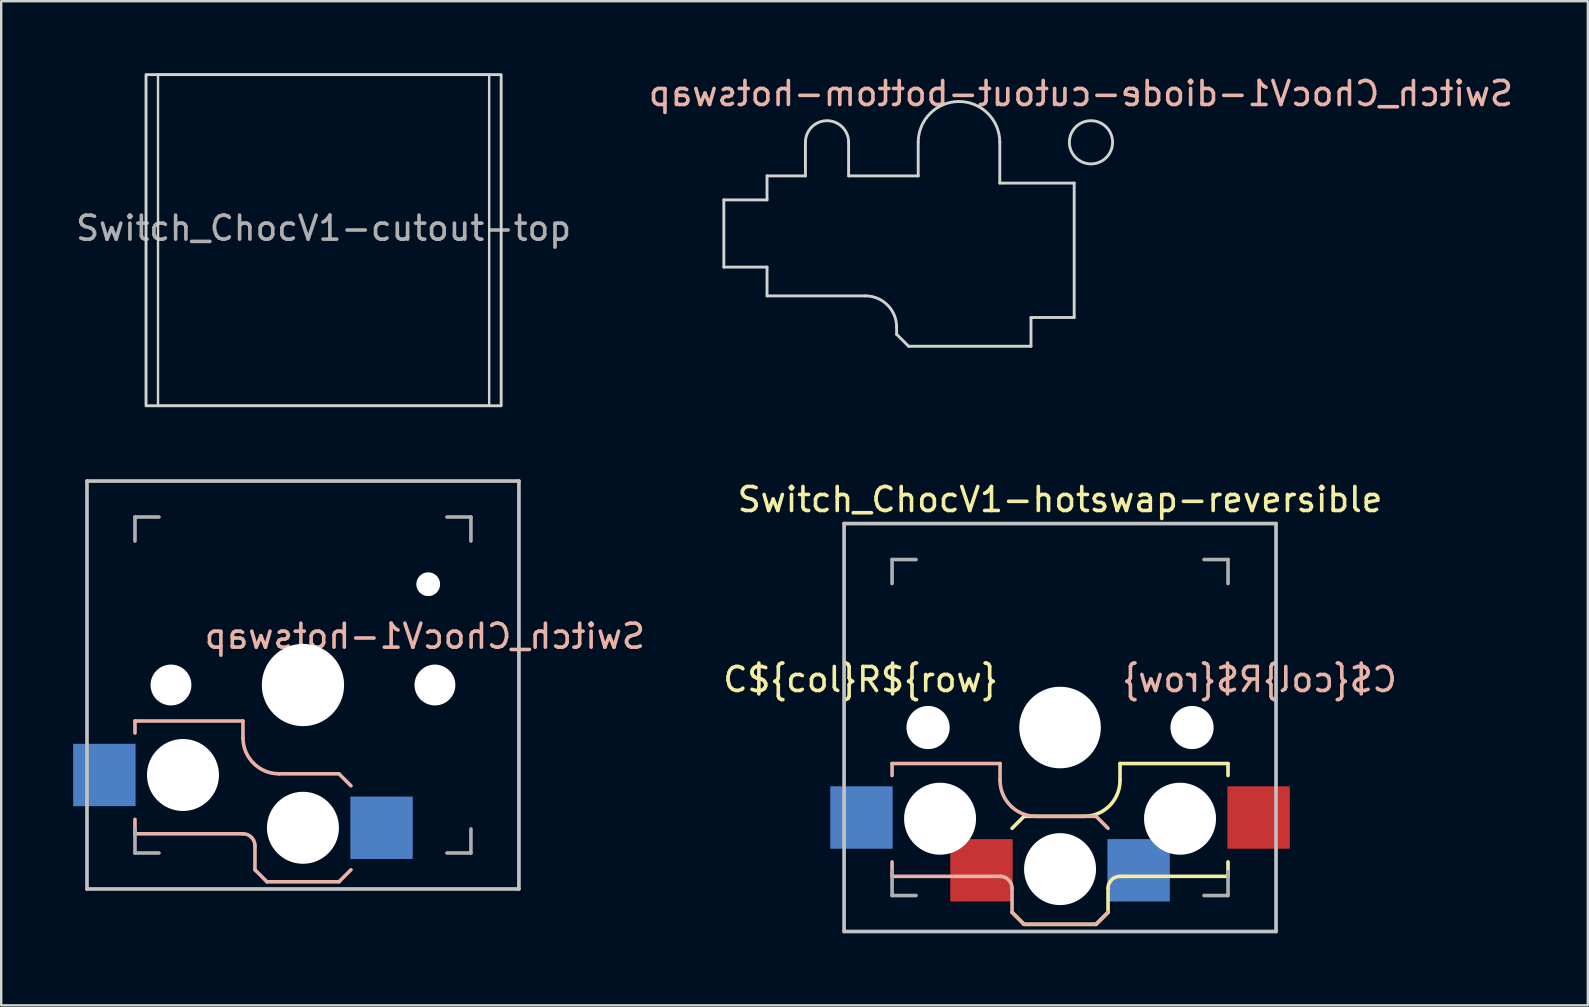
<source format=kicad_pcb>
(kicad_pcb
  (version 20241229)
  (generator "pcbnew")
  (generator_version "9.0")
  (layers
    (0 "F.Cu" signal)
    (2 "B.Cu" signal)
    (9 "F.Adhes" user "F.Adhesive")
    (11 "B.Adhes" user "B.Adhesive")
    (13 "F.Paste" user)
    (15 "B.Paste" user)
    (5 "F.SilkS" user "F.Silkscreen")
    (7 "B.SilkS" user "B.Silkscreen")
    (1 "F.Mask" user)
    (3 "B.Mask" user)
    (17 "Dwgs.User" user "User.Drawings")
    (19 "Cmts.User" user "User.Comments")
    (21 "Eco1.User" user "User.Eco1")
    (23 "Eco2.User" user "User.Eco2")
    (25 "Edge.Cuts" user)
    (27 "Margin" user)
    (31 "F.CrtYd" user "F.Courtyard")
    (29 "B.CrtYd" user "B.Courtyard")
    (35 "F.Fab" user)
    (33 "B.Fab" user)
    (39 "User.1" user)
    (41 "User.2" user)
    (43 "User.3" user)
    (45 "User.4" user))
  (footprint "Switch_ChocV1-hotswap"
    (layer "F.Cu")
    (at 9.575 25.496)
    (property "Reference" "Switch_ChocV1-hotswap" (at 5.08 -2.032 0) (layer "B.SilkS") (effects (font (size 1 1) (thickness 0.15)) (justify mirror)))
    (attr smd)
    (fp_line (start -7 1.5) (end -7 2) (stroke (width 0.15) (type solid)) (layer "B.SilkS"))
    (fp_line (start -7 5.6) (end -7 6.2) (stroke (width 0.15) (type solid)) (layer "B.SilkS"))
    (fp_line (start -7 6.2) (end -2.5 6.2) (stroke (width 0.15) (type solid)) (layer "B.SilkS"))
    (fp_line (start -2.5 1.5) (end -7 1.5) (stroke (width 0.15) (type solid)) (layer "B.SilkS"))
    (fp_line (start -2.5 2.2) (end -2.5 1.5) (stroke (width 0.15) (type solid)) (layer "B.SilkS"))
    (fp_line (start -2 6.7) (end -2 7.7) (stroke (width 0.15) (type solid)) (layer "B.SilkS"))
    (fp_line (start -1.5 8.2) (end -2 7.7) (stroke (width 0.15) (type solid)) (layer "B.SilkS"))
    (fp_line (start 1.5 3.7) (end -1 3.7) (stroke (width 0.15) (type solid)) (layer "B.SilkS"))
    (fp_line (start 1.5 8.2) (end -1.5 8.2) (stroke (width 0.15) (type solid)) (layer "B.SilkS"))
    (fp_line (start 2 4.2) (end 1.5 3.7) (stroke (width 0.15) (type solid)) (layer "B.SilkS"))
    (fp_line (start 2 7.7) (end 1.5 8.2) (stroke (width 0.15) (type solid)) (layer "B.SilkS"))
    (fp_arc (start -2.5 6.2) (mid -2.146447 6.346447) (end -2 6.7) (stroke (width 0.15) (type solid)) (layer "B.SilkS"))
    (fp_arc (start -1 3.7) (mid -2.06066 3.26066) (end -2.5 2.2) (stroke (width 0.15) (type solid)) (layer "B.SilkS"))
    (fp_line (start -9 -8.5) (end 9 -8.5) (stroke (width 0.152) (type solid)) (layer "Dwgs.User"))
    (fp_line (start -9 8.5) (end -9 -8.5) (stroke (width 0.152) (type solid)) (layer "Dwgs.User"))
    (fp_line (start 9 -8.5) (end 9 8.5) (stroke (width 0.152) (type solid)) (layer "Dwgs.User"))
    (fp_line (start 9 8.5) (end -9 8.5) (stroke (width 0.152) (type solid)) (layer "Dwgs.User"))
    (fp_line (start -7.5 -7.5) (end 7.5 -7.5) (stroke (width 0.152) (type solid)) (layer "Eco2.User"))
    (fp_line (start -7.5 7.5) (end -7.5 -7.5) (stroke (width 0.152) (type solid)) (layer "Eco2.User"))
    (fp_line (start -2.6 -3.1) (end -2.6 -6.3) (stroke (width 0.15) (type solid)) (layer "Eco2.User"))
    (fp_line (start -2.6 -3.1) (end 2.6 -3.1) (stroke (width 0.15) (type solid)) (layer "Eco2.User"))
    (fp_line (start 2.6 -6.3) (end -2.6 -6.3) (stroke (width 0.15) (type solid)) (layer "Eco2.User"))
    (fp_line (start 2.6 -3.1) (end 2.6 -6.3) (stroke (width 0.15) (type solid)) (layer "Eco2.User"))
    (fp_line (start 7.5 -7.5) (end 7.5 7.5) (stroke (width 0.152) (type solid)) (layer "Eco2.User"))
    (fp_line (start 7.5 7.5) (end -7.5 7.5) (stroke (width 0.152) (type solid)) (layer "Eco2.User"))
    (fp_line (start -7 -7) (end -6 -7) (stroke (width 0.15) (type solid)) (layer "F.Fab"))
    (fp_line (start -7 -6) (end -7 -7) (stroke (width 0.15) (type solid)) (layer "F.Fab"))
    (fp_line (start -7 7) (end -7 6) (stroke (width 0.15) (type solid)) (layer "F.Fab"))
    (fp_line (start -6 7) (end -7 7) (stroke (width 0.15) (type solid)) (layer "F.Fab"))
    (fp_line (start 6 -7) (end 7 -7) (stroke (width 0.15) (type solid)) (layer "F.Fab"))
    (fp_line (start 7 -7) (end 7 -6) (stroke (width 0.15) (type solid)) (layer "F.Fab"))
    (fp_line (start 7 6) (end 7 7) (stroke (width 0.15) (type solid)) (layer "F.Fab"))
    (fp_line (start 7 7) (end 6 7) (stroke (width 0.15) (type solid)) (layer "F.Fab"))
    (pad "" np_thru_hole circle (at -5.5 0) (size 1.702 1.702) (drill 1.702) (layers "*.Cu" "*.Mask"))
    (pad "" np_thru_hole circle (at -5 3.75) (size 3 3) (drill 3) (layers "*.Cu" "*.Mask"))
    (pad "" np_thru_hole circle (at 0 0) (size 3.429 3.429) (drill 3.429) (layers "*.Cu" "*.Mask"))
    (pad "" np_thru_hole circle (at 0 5.95) (size 3 3) (drill 3) (layers "*.Cu" "*.Mask"))
    (pad "" np_thru_hole circle (at 5.22 -4.2) (size 0.991 0.991) (drill 0.991) (layers "*.Cu" "*.Mask"))
    (pad "" np_thru_hole circle (at 5.5 0) (size 1.702 1.702) (drill 1.702) (layers "*.Cu" "*.Mask"))
    (pad "1" smd rect (at 3.275 5.95) (size 2.6 2.6) (layers "B.Cu" "B.Mask" "B.Paste"))
    (pad "2" smd rect (at -8.275 3.75) (size 2.6 2.6) (layers "B.Cu" "B.Mask" "B.Paste")))
  (footprint "Switch_ChocV1-hotswap-reversible"
    (layer "F.Cu")
    (at 41.125 27.268)
    (property "Reference" "Switch_ChocV1-hotswap-reversible" (at 0 -9.5 0) (layer "F.SilkS") (effects (font (size 1 1) (thickness 0.15))))
    (attr smd)
    (fp_line (start -2 4.2) (end -1.5 3.7) (stroke (width 0.15) (type solid)) (layer "F.SilkS"))
    (fp_line (start -2 7.7) (end -1.5 8.2) (stroke (width 0.15) (type solid)) (layer "F.SilkS"))
    (fp_line (start -1.5 3.7) (end 1 3.7) (stroke (width 0.15) (type solid)) (layer "F.SilkS"))
    (fp_line (start -1.5 8.2) (end 1.5 8.2) (stroke (width 0.15) (type solid)) (layer "F.SilkS"))
    (fp_line (start 1.5 8.2) (end 2 7.7) (stroke (width 0.15) (type solid)) (layer "F.SilkS"))
    (fp_line (start 2 6.7) (end 2 7.7) (stroke (width 0.15) (type solid)) (layer "F.SilkS"))
    (fp_line (start 2.5 1.5) (end 7 1.5) (stroke (width 0.15) (type solid)) (layer "F.SilkS"))
    (fp_line (start 2.5 2.2) (end 2.5 1.5) (stroke (width 0.15) (type solid)) (layer "F.SilkS"))
    (fp_line (start 7 1.5) (end 7 2) (stroke (width 0.15) (type solid)) (layer "F.SilkS"))
    (fp_line (start 7 5.6) (end 7 6.2) (stroke (width 0.15) (type solid)) (layer "F.SilkS"))
    (fp_line (start 7 6.2) (end 2.5 6.2) (stroke (width 0.15) (type solid)) (layer "F.SilkS"))
    (fp_arc (start 2 6.7) (mid 2.146447 6.346447) (end 2.5 6.2) (stroke (width 0.15) (type solid)) (layer "F.SilkS"))
    (fp_arc (start 2.5 2.2) (mid 2.06066 3.26066) (end 1 3.7) (stroke (width 0.15) (type solid)) (layer "F.SilkS"))
    (fp_line (start -7 1.5) (end -7 2) (stroke (width 0.15) (type solid)) (layer "B.SilkS"))
    (fp_line (start -7 5.6) (end -7 6.2) (stroke (width 0.15) (type solid)) (layer "B.SilkS"))
    (fp_line (start -7 6.2) (end -2.5 6.2) (stroke (width 0.15) (type solid)) (layer "B.SilkS"))
    (fp_line (start -2.5 1.5) (end -7 1.5) (stroke (width 0.15) (type solid)) (layer "B.SilkS"))
    (fp_line (start -2.5 2.2) (end -2.5 1.5) (stroke (width 0.15) (type solid)) (layer "B.SilkS"))
    (fp_line (start -2 6.7) (end -2 7.7) (stroke (width 0.15) (type solid)) (layer "B.SilkS"))
    (fp_line (start -1.5 8.2) (end -2 7.7) (stroke (width 0.15) (type solid)) (layer "B.SilkS"))
    (fp_line (start 1.5 3.7) (end -1 3.7) (stroke (width 0.15) (type solid)) (layer "B.SilkS"))
    (fp_line (start 1.5 8.2) (end -1.5 8.2) (stroke (width 0.15) (type solid)) (layer "B.SilkS"))
    (fp_line (start 2 4.2) (end 1.5 3.7) (stroke (width 0.15) (type solid)) (layer "B.SilkS"))
    (fp_line (start 2 7.7) (end 1.5 8.2) (stroke (width 0.15) (type solid)) (layer "B.SilkS"))
    (fp_arc (start -2.5 6.2) (mid -2.146447 6.346447) (end -2 6.7) (stroke (width 0.15) (type solid)) (layer "B.SilkS"))
    (fp_arc (start -1 3.7) (mid -2.06066 3.26066) (end -2.5 2.2) (stroke (width 0.15) (type solid)) (layer "B.SilkS"))
    (fp_line (start -9 -8.5) (end 9 -8.5) (stroke (width 0.152) (type solid)) (layer "Dwgs.User"))
    (fp_line (start -9 8.5) (end -9 -8.5) (stroke (width 0.152) (type solid)) (layer "Dwgs.User"))
    (fp_line (start 9 -8.5) (end 9 8.5) (stroke (width 0.152) (type solid)) (layer "Dwgs.User"))
    (fp_line (start 9 8.5) (end -9 8.5) (stroke (width 0.152) (type solid)) (layer "Dwgs.User"))
    (fp_line (start -7.5 -7.5) (end 7.5 -7.5) (stroke (width 0.152) (type solid)) (layer "Eco2.User"))
    (fp_line (start -7.5 7.5) (end -7.5 -7.5) (stroke (width 0.152) (type solid)) (layer "Eco2.User"))
    (fp_line (start -2.6 -3.1) (end -2.6 -6.3) (stroke (width 0.15) (type solid)) (layer "Eco2.User"))
    (fp_line (start -2.6 -3.1) (end 2.6 -3.1) (stroke (width 0.15) (type solid)) (layer "Eco2.User"))
    (fp_line (start 2.6 -6.3) (end -2.6 -6.3) (stroke (width 0.15) (type solid)) (layer "Eco2.User"))
    (fp_line (start 2.6 -3.1) (end 2.6 -6.3) (stroke (width 0.15) (type solid)) (layer "Eco2.User"))
    (fp_line (start 7.5 -7.5) (end 7.5 7.5) (stroke (width 0.152) (type solid)) (layer "Eco2.User"))
    (fp_line (start 7.5 7.5) (end -7.5 7.5) (stroke (width 0.152) (type solid)) (layer "Eco2.User"))
    (fp_line (start -7 -7) (end -6 -7) (stroke (width 0.15) (type solid)) (layer "F.Fab"))
    (fp_line (start -7 -6) (end -7 -7) (stroke (width 0.15) (type solid)) (layer "F.Fab"))
    (fp_line (start -7 7) (end -7 6) (stroke (width 0.15) (type solid)) (layer "F.Fab"))
    (fp_line (start -6 7) (end -7 7) (stroke (width 0.15) (type solid)) (layer "F.Fab"))
    (fp_line (start 6 -7) (end 7 -7) (stroke (width 0.15) (type solid)) (layer "F.Fab"))
    (fp_line (start 7 -7) (end 7 -6) (stroke (width 0.15) (type solid)) (layer "F.Fab"))
    (fp_line (start 7 6) (end 7 7) (stroke (width 0.15) (type solid)) (layer "F.Fab"))
    (fp_line (start 7 7) (end 6 7) (stroke (width 0.15) (type solid)) (layer "F.Fab"))
    (fp_text user "C${col}R${row}" (at -2.5 -2 0) (layer "F.SilkS") (effects (font (size 1 1) (thickness 0.15)) (justify right)))
    (fp_text user "C${col}R${row}" (at 2.5 -2 0) (layer "B.SilkS") (effects (font (size 1 1) (thickness 0.15)) (justify right mirror)))
    (pad "" np_thru_hole circle (at -5.5 0) (size 1.8 1.8) (drill 1.8) (layers "*.Cu" "*.Mask"))
    (pad "" np_thru_hole circle (at -5 3.8) (size 3 3) (drill 3) (layers "*.Cu" "*.Mask"))
    (pad "" np_thru_hole circle (at 0 0) (size 3.4 3.4) (drill 3.4) (layers "*.Cu" "*.Mask"))
    (pad "" np_thru_hole circle (at 0 5.9) (size 3 3) (drill 3) (layers "*.Cu" "*.Mask"))
    (pad "" np_thru_hole circle (at 5 3.8) (size 3 3) (drill 3) (layers "*.Cu" "*.Mask"))
    (pad "" np_thru_hole circle (at 5.5 0) (size 1.8 1.8) (drill 1.8) (layers "*.Cu" "*.Mask"))
    (pad "1" smd rect (at -3.275 5.95) (size 2.6 2.6) (layers "F.Cu" "F.Mask" "F.Paste"))
    (pad "1" smd rect (at 3.275 5.95) (size 2.6 2.6) (layers "B.Cu" "B.Mask" "B.Paste"))
    (pad "2" smd rect (at -8.275 3.75) (size 2.6 2.6) (layers "B.Cu" "B.Mask" "B.Paste"))
    (pad "2" smd rect (at 8.275 3.75) (size 2.6 2.6) (layers "F.Cu" "F.Mask" "F.Paste")))
  (footprint "Switch_ChocV1-diode-cutout-bottom-hotswap"
    (layer "F.Cu")
    (at 36.914 2.88)
    (property "Reference" "Switch_ChocV1-diode-cutout-bottom-hotswap" (at 5.08 -2.032 0) (layer "B.SilkS") (effects (font (size 1 1) (thickness 0.15)) (justify mirror)))
    (fp_line (start -9.8 2.4) (end -9.8 5.2) (stroke (width 0.12) (type solid)) (layer "Edge.Cuts"))
    (fp_line (start -9.8 5.2) (end -8 5.2) (stroke (width 0.12) (type solid)) (layer "Edge.Cuts"))
    (fp_line (start -8 1.4) (end -8 2.4) (stroke (width 0.12) (type solid)) (layer "Edge.Cuts"))
    (fp_line (start -8 1.4) (end -6.4 1.4) (stroke (width 0.12) (type solid)) (layer "Edge.Cuts"))
    (fp_line (start -8 2.4) (end -9.8 2.4) (stroke (width 0.12) (type solid)) (layer "Edge.Cuts"))
    (fp_line (start -8 5.2) (end -8 6.4) (stroke (width 0.12) (type solid)) (layer "Edge.Cuts"))
    (fp_line (start -8 6.4) (end -3.9 6.4) (stroke (width 0.12) (type solid)) (layer "Edge.Cuts"))
    (fp_line (start -6.4 0) (end -6.4 1.4) (stroke (width 0.12) (type solid)) (layer "Edge.Cuts"))
    (fp_line (start -4.6 0) (end -4.6 1.4) (stroke (width 0.12) (type solid)) (layer "Edge.Cuts"))
    (fp_line (start -2.6 8) (end -2.6 7.7) (stroke (width 0.12) (type solid)) (layer "Edge.Cuts"))
    (fp_line (start -2.1 8.5) (end -2.6 8) (stroke (width 0.12) (type solid)) (layer "Edge.Cuts"))
    (fp_line (start -2.1 8.5) (end 3 8.5) (stroke (width 0.12) (type solid)) (layer "Edge.Cuts"))
    (fp_line (start -1.7 0) (end -1.7 1.4) (stroke (width 0.12) (type default)) (layer "Edge.Cuts"))
    (fp_line (start -1.7 1.4) (end -4.6 1.4) (stroke (width 0.12) (type solid)) (layer "Edge.Cuts"))
    (fp_line (start 1.7 0) (end 1.7 1.7) (stroke (width 0.12) (type default)) (layer "Edge.Cuts"))
    (fp_line (start 3 7.3) (end 4.8 7.3) (stroke (width 0.12) (type solid)) (layer "Edge.Cuts"))
    (fp_line (start 3 8.5) (end 3 7.3) (stroke (width 0.12) (type solid)) (layer "Edge.Cuts"))
    (fp_line (start 4.8 1.7) (end 1.7 1.7) (stroke (width 0.12) (type default)) (layer "Edge.Cuts"))
    (fp_line (start 4.8 7.3) (end 4.8 1.7) (stroke (width 0.12) (type solid)) (layer "Edge.Cuts"))
    (fp_arc (start -6.4 0) (mid -5.5 -0.9) (end -4.6 0) (stroke (width 0.12) (type solid)) (layer "Edge.Cuts"))
    (fp_arc (start -3.9 6.4) (mid -2.980761 6.780761) (end -2.6 7.7) (stroke (width 0.12) (type solid)) (layer "Edge.Cuts"))
    (fp_arc (start -1.7 0) (mid 0 -1.7) (end 1.7 0) (stroke (width 0.12) (type default)) (layer "Edge.Cuts"))
    (fp_circle (center 5.5 0) (end 5.5 -0.9) (stroke (width 0.12) (type solid)) (fill no) (layer "Edge.Cuts")))
  (footprint "Switch_ChocV1-cutout-top"
    (layer "F.Cu")
    (at 10.435 6.96)
    (property "Reference" "Switch_ChocV1-cutout-top" (at 0 -0.5 0) (unlocked yes) (layer "F.Fab") (effects (font (size 1 1) (thickness 0.15))))
    (fp_rect (start -7.4 -6.9) (end 7.4 6.9) (stroke (width 0.12) (type solid)) (fill no) (layer "Edge.Cuts"))
    (fp_rect (start -6.9 -6.9) (end 6.9 6.9) (stroke (width 0.1) (type solid)) (fill no) (layer "Edge.Cuts")))
  (gr_rect
    (start -3 -3)
    (end 63.119 38.844)
    (stroke (width 0.1) (type default))
    (fill no)
    (layer "Edge.Cuts")))
</source>
